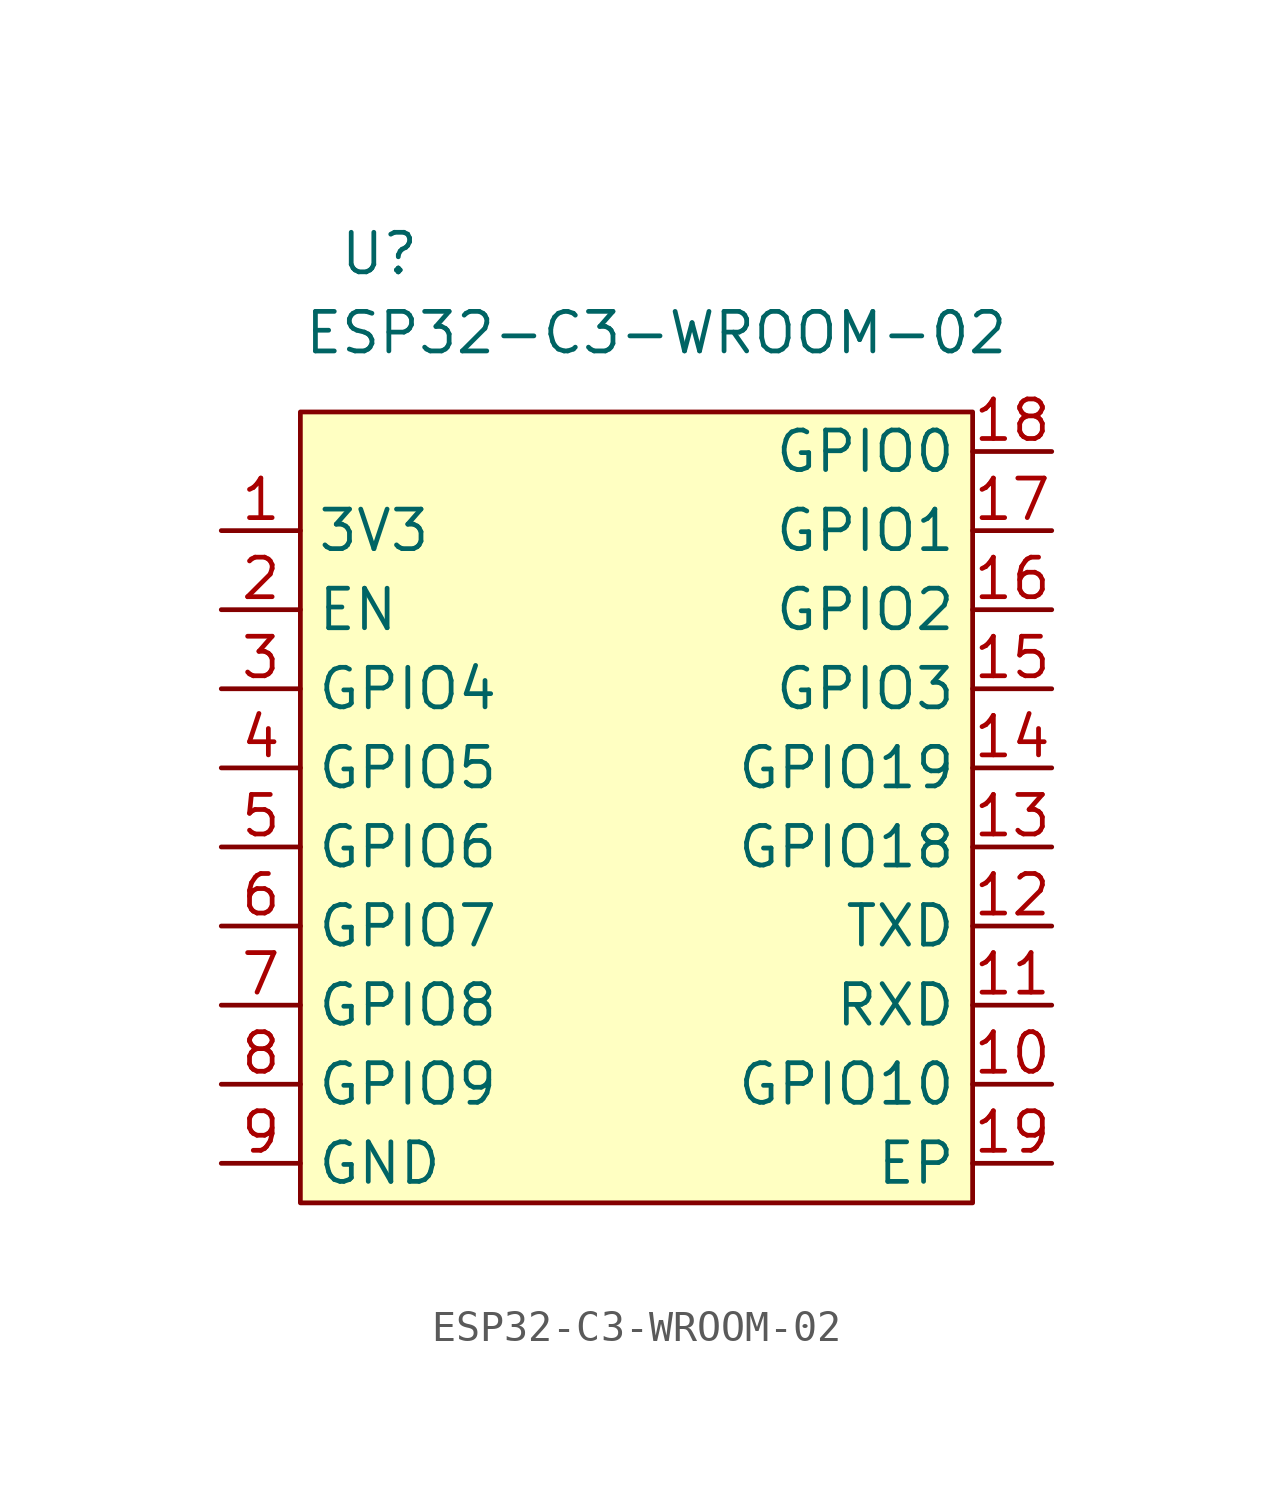
<source format=kicad_sym>
(kicad_symbol_lib
  (version 20220914)
  (generator kicad_symbol_editor)
  (symbol "ESP32-C3-WROOM-02"
    (property "Reference" "U"
      (at 21.59 31.75 0)
      (effects (font (size 1.27 1.27))))
    (property "Value" "ESP32-C3-WROOM-02"
      (at 30.48 29.21 0)
      (effects (font (size 1.27 1.27))))
    (symbol "ESP32-C3-WROOM-02_0_0"
      (pin power_in line (at 16.51 22.86 0) (length 2.54) (name "3V3" (effects (font (size 1.27 1.27)))) (number "1" (effects (font (size 1.27 1.27)))))
      (pin bidirectional line (at 43.18 5.08 180) (length 2.54) (name "GPIO10" (effects (font (size 1.27 1.27)))) (number "10" (effects (font (size 1.27 1.27)))))
      (pin input line (at 16.51 20.32 0) (length 2.54) (name "EN" (effects (font (size 1.27 1.27)))) (number "2" (effects (font (size 1.27 1.27)))))
      (pin bidirectional line (at 16.51 12.7 0) (length 2.54) (name "GPIO6" (effects (font (size 1.27 1.27)))) (number "5" (effects (font (size 1.27 1.27)))))
      (pin bidirectional line (at 16.51 10.16 0) (length 2.54) (name "GPIO7" (effects (font (size 1.27 1.27)))) (number "6" (effects (font (size 1.27 1.27)))))
      (pin bidirectional line (at 16.51 7.62 0) (length 2.54) (name "GPIO8" (effects (font (size 1.27 1.27)))) (number "7" (effects (font (size 1.27 1.27)))))
      (pin bidirectional line (at 16.51 5.08 0) (length 2.54) (name "GPIO9" (effects (font (size 1.27 1.27)))) (number "8" (effects (font (size 1.27 1.27)))))
      (pin power_in line (at 16.51 2.54 0) (length 2.54) (name "GND" (effects (font (size 1.27 1.27)))) (number "9" (effects (font (size 1.27 1.27))))))
    (symbol "ESP32-C3-WROOM-02_1_0"
      (pin input line (at 43.18 7.62 180) (length 2.54) (name "RXD" (effects (font (size 1.27 1.27)))) (number "11" (effects (font (size 1.27 1.27)))) (alternate "GPIO20" bidirectional line))
      (pin output line (at 43.18 10.16 180) (length 2.54) (name "TXD" (effects (font (size 1.27 1.27)))) (number "12" (effects (font (size 1.27 1.27)))) (alternate "GPIO21" bidirectional line))
      (pin bidirectional line (at 43.18 12.7 180) (length 2.54) (name "GPIO18" (effects (font (size 1.27 1.27)))) (number "13" (effects (font (size 1.27 1.27)))) (alternate "USB_D-" bidirectional line))
      (pin bidirectional line (at 43.18 15.24 180) (length 2.54) (name "GPIO19" (effects (font (size 1.27 1.27)))) (number "14" (effects (font (size 1.27 1.27)))) (alternate "USB_D+" bidirectional line))
      (pin bidirectional line (at 43.18 17.78 180) (length 2.54) (name "GPIO3" (effects (font (size 1.27 1.27)))) (number "15" (effects (font (size 1.27 1.27)))) (alternate "ADC1.3" input line))
      (pin bidirectional line (at 43.18 20.32 180) (length 2.54) (name "GPIO2" (effects (font (size 1.27 1.27)))) (number "16" (effects (font (size 1.27 1.27)))) (alternate "ADC1.2" input line))
      (pin bidirectional line (at 43.18 22.86 180) (length 2.54) (name "GPIO1" (effects (font (size 1.27 1.27)))) (number "17" (effects (font (size 1.27 1.27)))) (alternate "ADC1.1" input line))
      (pin bidirectional line (at 43.18 25.4 180) (length 2.54) (name "GPIO0" (effects (font (size 1.27 1.27)))) (number "18" (effects (font (size 1.27 1.27)))) (alternate "ADC1.0" input line))
      (pin power_in line (at 43.18 2.54 180) (length 2.54) (name "EP" (effects (font (size 1.27 1.27)))) (number "19" (effects (font (size 1.27 1.27)))))
      (pin bidirectional line (at 16.51 17.78 0) (length 2.54) (name "GPIO4" (effects (font (size 1.27 1.27)))) (number "3" (effects (font (size 1.27 1.27)))) (alternate "ADC1.4" input line))
      (pin bidirectional line (at 16.51 15.24 0) (length 2.54) (name "GPIO5" (effects (font (size 1.27 1.27)))) (number "4" (effects (font (size 1.27 1.27)))) (alternate "ADC2.0" input line)))
    (symbol "ESP32-C3-WROOM-02_1_1"
      (rectangle (start 19.05 26.67) (end 40.64 1.27) (stroke (width 0) (type default)) (fill (type background))))))
</source>
